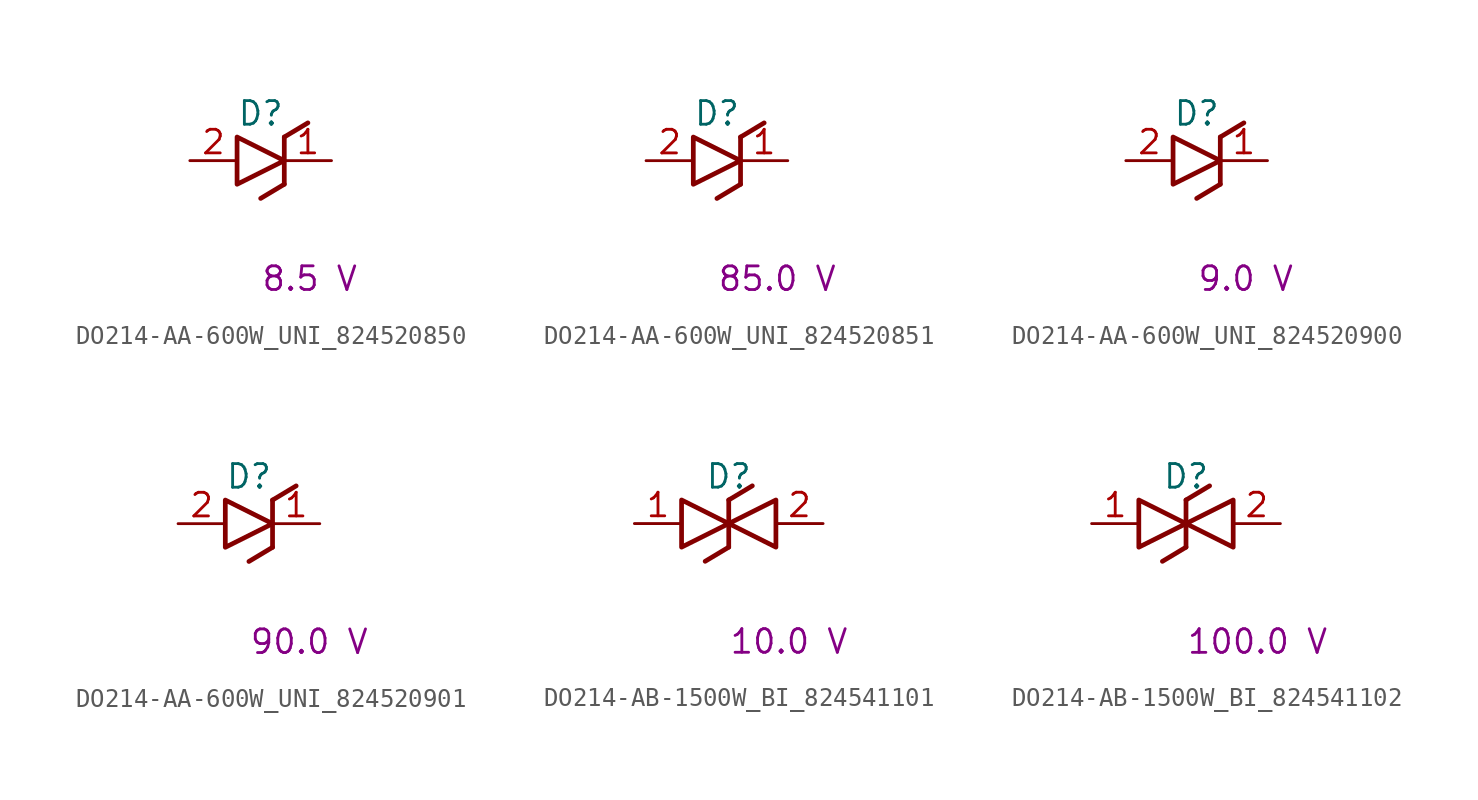
<source format=kicad_sym>
(kicad_symbol_lib
  (version 20220914)
  (generator kicad_symbol_editor)
  (symbol "DO214-AA-600W_UNI_824520850"
    (pin_names hide)
    (property "Reference" "D"
      (at 0 2.54 0)
      (effects (font (size 1.27 1.27))))
    (property "Critical Parameter" "8.5 V"
      (at 0 -6.35 0)
      (effects (font (size 1.27 1.27)) (justify left)))
    (symbol "DO214-AA-600W_UNI_824520850_1_1"
      (polyline (pts (xy 1.27 -1.27) (xy 0 -2.032)) (stroke (width 0.254) (type default)) (fill (type none)))
      (polyline (pts (xy 1.27 1.27) (xy 1.27 -1.27)) (stroke (width 0.254) (type default)) (fill (type none)))
      (polyline (pts (xy 1.27 1.27) (xy 2.54 2.032)) (stroke (width 0.254) (type default)) (fill (type none)))
      (polyline (pts (xy -1.27 1.27) (xy -1.27 -1.27) (xy 1.27 0) (xy -1.27 1.27)) (stroke (width 0.254) (type default)) (fill (type none)))
      (pin passive line (at -3.81 0 0) (length 2.54) (name "Anode" (effects (font (size 1.27 1.27)))) (number "2" (effects (font (size 1.27 1.27)))))
      (pin passive line (at 3.81 0 180) (length 2.54) (name "Cathode" (effects (font (size 1.27 1.27)))) (number "1" (effects (font (size 1.27 1.27)))))))
  (symbol "DO214-AA-600W_UNI_824520851"
    (pin_names hide)
    (property "Reference" "D"
      (at 0 2.54 0)
      (effects (font (size 1.27 1.27))))
    (property "Critical Parameter" "85.0 V"
      (at 0 -6.35 0)
      (effects (font (size 1.27 1.27)) (justify left)))
    (symbol "DO214-AA-600W_UNI_824520851_1_1"
      (polyline (pts (xy 1.27 -1.27) (xy 0 -2.032)) (stroke (width 0.254) (type default)) (fill (type none)))
      (polyline (pts (xy 1.27 1.27) (xy 1.27 -1.27)) (stroke (width 0.254) (type default)) (fill (type none)))
      (polyline (pts (xy 1.27 1.27) (xy 2.54 2.032)) (stroke (width 0.254) (type default)) (fill (type none)))
      (polyline (pts (xy -1.27 1.27) (xy -1.27 -1.27) (xy 1.27 0) (xy -1.27 1.27)) (stroke (width 0.254) (type default)) (fill (type none)))
      (pin passive line (at -3.81 0 0) (length 2.54) (name "Anode" (effects (font (size 1.27 1.27)))) (number "2" (effects (font (size 1.27 1.27)))))
      (pin passive line (at 3.81 0 180) (length 2.54) (name "Cathode" (effects (font (size 1.27 1.27)))) (number "1" (effects (font (size 1.27 1.27)))))))
  (symbol "DO214-AA-600W_UNI_824520900"
    (pin_names hide)
    (property "Reference" "D"
      (at 0 2.54 0)
      (effects (font (size 1.27 1.27))))
    (property "Critical Parameter" "9.0 V"
      (at 0 -6.35 0)
      (effects (font (size 1.27 1.27)) (justify left)))
    (symbol "DO214-AA-600W_UNI_824520900_1_1"
      (polyline (pts (xy 1.27 -1.27) (xy 0 -2.032)) (stroke (width 0.254) (type default)) (fill (type none)))
      (polyline (pts (xy 1.27 1.27) (xy 1.27 -1.27)) (stroke (width 0.254) (type default)) (fill (type none)))
      (polyline (pts (xy 1.27 1.27) (xy 2.54 2.032)) (stroke (width 0.254) (type default)) (fill (type none)))
      (polyline (pts (xy -1.27 1.27) (xy -1.27 -1.27) (xy 1.27 0) (xy -1.27 1.27)) (stroke (width 0.254) (type default)) (fill (type none)))
      (pin passive line (at -3.81 0 0) (length 2.54) (name "Anode" (effects (font (size 1.27 1.27)))) (number "2" (effects (font (size 1.27 1.27)))))
      (pin passive line (at 3.81 0 180) (length 2.54) (name "Cathode" (effects (font (size 1.27 1.27)))) (number "1" (effects (font (size 1.27 1.27)))))))
  (symbol "DO214-AA-600W_UNI_824520901"
    (pin_names hide)
    (property "Reference" "D"
      (at 0 2.54 0)
      (effects (font (size 1.27 1.27))))
    (property "Critical Parameter" "90.0 V"
      (at 0 -6.35 0)
      (effects (font (size 1.27 1.27)) (justify left)))
    (symbol "DO214-AA-600W_UNI_824520901_1_1"
      (polyline (pts (xy 1.27 -1.27) (xy 0 -2.032)) (stroke (width 0.254) (type default)) (fill (type none)))
      (polyline (pts (xy 1.27 1.27) (xy 1.27 -1.27)) (stroke (width 0.254) (type default)) (fill (type none)))
      (polyline (pts (xy 1.27 1.27) (xy 2.54 2.032)) (stroke (width 0.254) (type default)) (fill (type none)))
      (polyline (pts (xy -1.27 1.27) (xy -1.27 -1.27) (xy 1.27 0) (xy -1.27 1.27)) (stroke (width 0.254) (type default)) (fill (type none)))
      (pin passive line (at -3.81 0 0) (length 2.54) (name "Anode" (effects (font (size 1.27 1.27)))) (number "2" (effects (font (size 1.27 1.27)))))
      (pin passive line (at 3.81 0 180) (length 2.54) (name "Cathode" (effects (font (size 1.27 1.27)))) (number "1" (effects (font (size 1.27 1.27)))))))
  (symbol "DO214-AB-1500W_BI_824541101"
    (pin_names hide)
    (property "Reference" "D"
      (at 0 2.54 0)
      (effects (font (size 1.27 1.27))))
    (property "Critical Parameter" "10.0 V"
      (at 0 -6.35 0)
      (effects (font (size 1.27 1.27)) (justify left)))
    (symbol "DO214-AB-1500W_BI_824541101_0_1"
      (polyline (pts (xy -2.54 1.27) (xy -2.54 -1.27) (xy 2.54 1.27) (xy 2.54 -1.27) (xy -2.54 1.27)) (stroke (width 0.254) (type default)) (fill (type none))))
    (symbol "DO214-AB-1500W_BI_824541101_1_1"
      (polyline (pts (xy 0 -1.27) (xy -1.27 -2.032)) (stroke (width 0.254) (type default)) (fill (type none)))
      (polyline (pts (xy 0 1.27) (xy 0 -1.27)) (stroke (width 0.254) (type default)) (fill (type none)))
      (polyline (pts (xy 0 1.27) (xy 1.27 2.032)) (stroke (width 0.254) (type default)) (fill (type none)))
      (pin passive line (at -5.08 0 0) (length 2.54) (name "1" (effects (font (size 1.27 1.27)))) (number "1" (effects (font (size 1.27 1.27)))))
      (pin passive line (at 5.08 0 180) (length 2.54) (name "2" (effects (font (size 1.27 1.27)))) (number "2" (effects (font (size 1.27 1.27)))))))
  (symbol "DO214-AB-1500W_BI_824541102"
    (pin_names hide)
    (property "Reference" "D"
      (at 0 2.54 0)
      (effects (font (size 1.27 1.27))))
    (property "Critical Parameter" "100.0 V"
      (at 0 -6.35 0)
      (effects (font (size 1.27 1.27)) (justify left)))
    (symbol "DO214-AB-1500W_BI_824541102_0_1"
      (polyline (pts (xy -2.54 1.27) (xy -2.54 -1.27) (xy 2.54 1.27) (xy 2.54 -1.27) (xy -2.54 1.27)) (stroke (width 0.254) (type default)) (fill (type none))))
    (symbol "DO214-AB-1500W_BI_824541102_1_1"
      (polyline (pts (xy 0 -1.27) (xy -1.27 -2.032)) (stroke (width 0.254) (type default)) (fill (type none)))
      (polyline (pts (xy 0 1.27) (xy 0 -1.27)) (stroke (width 0.254) (type default)) (fill (type none)))
      (polyline (pts (xy 0 1.27) (xy 1.27 2.032)) (stroke (width 0.254) (type default)) (fill (type none)))
      (pin passive line (at -5.08 0 0) (length 2.54) (name "1" (effects (font (size 1.27 1.27)))) (number "1" (effects (font (size 1.27 1.27)))))
      (pin passive line (at 5.08 0 180) (length 2.54) (name "2" (effects (font (size 1.27 1.27)))) (number "2" (effects (font (size 1.27 1.27))))))))
</source>
